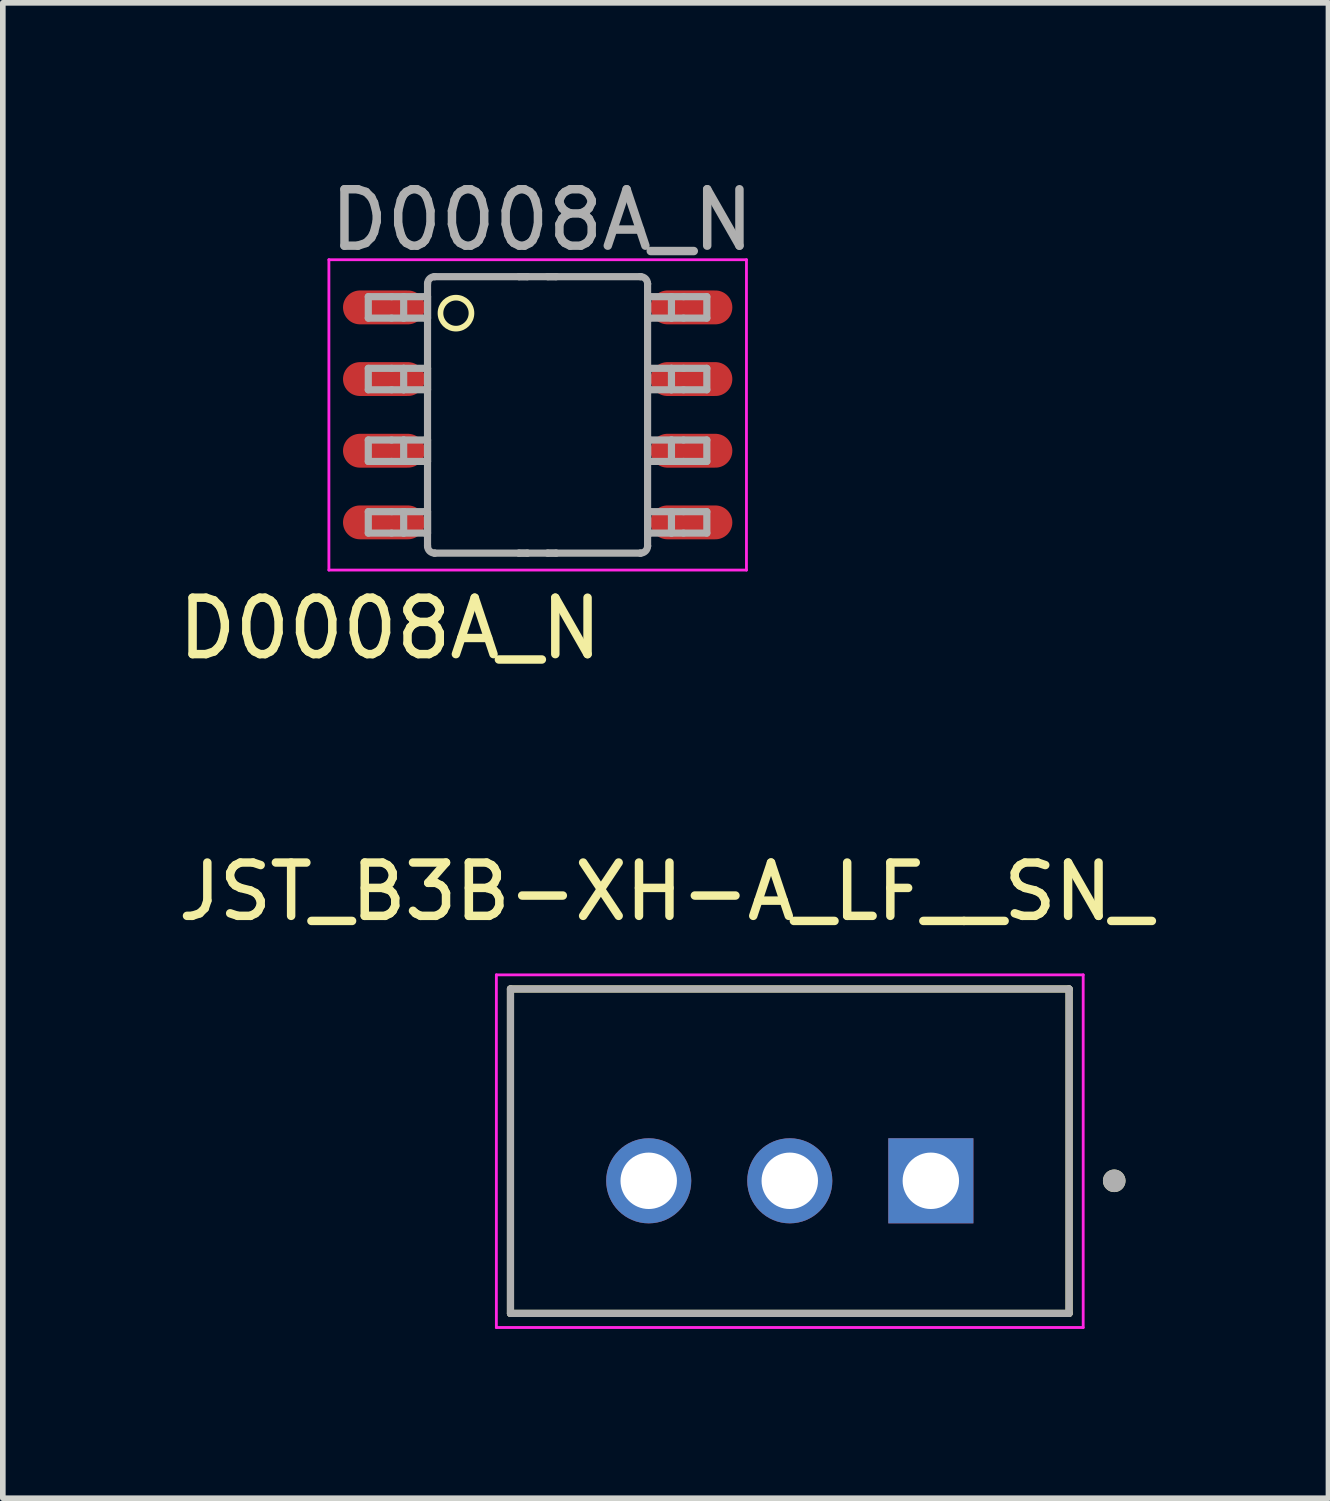
<source format=kicad_pcb>
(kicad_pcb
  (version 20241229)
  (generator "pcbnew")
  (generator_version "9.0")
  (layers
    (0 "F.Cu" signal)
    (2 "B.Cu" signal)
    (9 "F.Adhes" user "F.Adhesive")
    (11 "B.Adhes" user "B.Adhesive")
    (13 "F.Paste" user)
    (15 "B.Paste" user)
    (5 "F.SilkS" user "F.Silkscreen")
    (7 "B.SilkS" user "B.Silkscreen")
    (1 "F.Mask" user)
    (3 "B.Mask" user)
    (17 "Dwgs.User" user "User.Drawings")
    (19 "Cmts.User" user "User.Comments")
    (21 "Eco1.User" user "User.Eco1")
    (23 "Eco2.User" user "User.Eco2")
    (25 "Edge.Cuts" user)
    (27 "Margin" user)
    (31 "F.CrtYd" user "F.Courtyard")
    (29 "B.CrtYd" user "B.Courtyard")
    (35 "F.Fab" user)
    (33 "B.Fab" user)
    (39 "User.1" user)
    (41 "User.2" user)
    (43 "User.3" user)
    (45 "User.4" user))
  (footprint "D0008A_N"
    (layer "F.Cu")
    (at 6.479 4.303)
    (property "Reference" "D0008A_N" (at -2.616 3.785 0) (unlocked yes) (layer "F.SilkS") (effects (font (size 1 1) (thickness 0.15))))
    (attr smd)
    (fp_circle (center -1.448 -1.803) (end -1.295 -1.575) (stroke (width 0.1) (type default)) (fill no) (layer "F.SilkS"))
    (fp_line (start -3.7 -2.75) (end 3.7 -2.75) (stroke (width 0.05) (type solid)) (layer "F.CrtYd"))
    (fp_line (start -3.7 2.75) (end -3.7 -2.75) (stroke (width 0.05) (type solid)) (layer "F.CrtYd"))
    (fp_line (start -3.7 2.75) (end 3.7 2.75) (stroke (width 0.05) (type solid)) (layer "F.CrtYd"))
    (fp_line (start 3.7 2.75) (end 3.7 -2.75) (stroke (width 0.05) (type solid)) (layer "F.CrtYd"))
    (fp_line (start -3.002 -2.095) (end -2.589 -2.095) (stroke (width 0.127) (type solid)) (layer "F.Fab"))
    (fp_line (start -3.002 -1.715) (end -3.002 -2.095) (stroke (width 0.127) (type solid)) (layer "F.Fab"))
    (fp_line (start -3.002 -1.715) (end -2.589 -1.715) (stroke (width 0.127) (type solid)) (layer "F.Fab"))
    (fp_line (start -3.002 -0.825) (end -2.589 -0.825) (stroke (width 0.127) (type solid)) (layer "F.Fab"))
    (fp_line (start -3.002 -0.445) (end -3.002 -0.825) (stroke (width 0.127) (type solid)) (layer "F.Fab"))
    (fp_line (start -3.002 -0.445) (end -2.589 -0.445) (stroke (width 0.127) (type solid)) (layer "F.Fab"))
    (fp_line (start -3.002 0.445) (end -2.589 0.445) (stroke (width 0.127) (type solid)) (layer "F.Fab"))
    (fp_line (start -3.002 0.825) (end -3.002 0.445) (stroke (width 0.127) (type solid)) (layer "F.Fab"))
    (fp_line (start -3.002 0.825) (end -2.589 0.825) (stroke (width 0.127) (type solid)) (layer "F.Fab"))
    (fp_line (start -3.002 1.715) (end -2.589 1.715) (stroke (width 0.127) (type solid)) (layer "F.Fab"))
    (fp_line (start -3.002 2.095) (end -3.002 1.715) (stroke (width 0.127) (type solid)) (layer "F.Fab"))
    (fp_line (start -3.002 2.095) (end -2.589 2.095) (stroke (width 0.127) (type solid)) (layer "F.Fab"))
    (fp_line (start -2.589 -2.095) (end -2.375 -2.095) (stroke (width 0.127) (type solid)) (layer "F.Fab"))
    (fp_line (start -2.589 -1.715) (end -2.375 -1.715) (stroke (width 0.127) (type solid)) (layer "F.Fab"))
    (fp_line (start -2.589 -0.825) (end -2.375 -0.825) (stroke (width 0.127) (type solid)) (layer "F.Fab"))
    (fp_line (start -2.589 -0.445) (end -2.375 -0.445) (stroke (width 0.127) (type solid)) (layer "F.Fab"))
    (fp_line (start -2.589 0.445) (end -2.375 0.445) (stroke (width 0.127) (type solid)) (layer "F.Fab"))
    (fp_line (start -2.589 0.825) (end -2.375 0.825) (stroke (width 0.127) (type solid)) (layer "F.Fab"))
    (fp_line (start -2.589 1.715) (end -2.375 1.715) (stroke (width 0.127) (type solid)) (layer "F.Fab"))
    (fp_line (start -2.589 2.095) (end -2.375 2.095) (stroke (width 0.127) (type solid)) (layer "F.Fab"))
    (fp_line (start -2.375 -2.095) (end -1.995 -2.095) (stroke (width 0.127) (type solid)) (layer "F.Fab"))
    (fp_line (start -2.375 -1.715) (end -2.375 -2.095) (stroke (width 0.127) (type solid)) (layer "F.Fab"))
    (fp_line (start -2.375 -1.715) (end -1.995 -1.715) (stroke (width 0.127) (type solid)) (layer "F.Fab"))
    (fp_line (start -2.375 -0.825) (end -1.995 -0.825) (stroke (width 0.127) (type solid)) (layer "F.Fab"))
    (fp_line (start -2.375 -0.445) (end -2.375 -0.825) (stroke (width 0.127) (type solid)) (layer "F.Fab"))
    (fp_line (start -2.375 -0.445) (end -1.995 -0.445) (stroke (width 0.127) (type solid)) (layer "F.Fab"))
    (fp_line (start -2.375 0.445) (end -1.995 0.445) (stroke (width 0.127) (type solid)) (layer "F.Fab"))
    (fp_line (start -2.375 0.825) (end -2.375 0.445) (stroke (width 0.127) (type solid)) (layer "F.Fab"))
    (fp_line (start -2.375 0.825) (end -1.995 0.825) (stroke (width 0.127) (type solid)) (layer "F.Fab"))
    (fp_line (start -2.375 1.715) (end -1.995 1.715) (stroke (width 0.127) (type solid)) (layer "F.Fab"))
    (fp_line (start -2.375 2.095) (end -2.375 1.715) (stroke (width 0.127) (type solid)) (layer "F.Fab"))
    (fp_line (start -2.375 2.095) (end -1.995 2.095) (stroke (width 0.127) (type solid)) (layer "F.Fab"))
    (fp_line (start -1.995 -2.095) (end -1.952 -2.095) (stroke (width 0.127) (type solid)) (layer "F.Fab"))
    (fp_line (start -1.995 -1.715) (end -1.952 -1.715) (stroke (width 0.127) (type solid)) (layer "F.Fab"))
    (fp_line (start -1.995 -0.825) (end -1.952 -0.825) (stroke (width 0.127) (type solid)) (layer "F.Fab"))
    (fp_line (start -1.995 -0.445) (end -1.952 -0.445) (stroke (width 0.127) (type solid)) (layer "F.Fab"))
    (fp_line (start -1.995 0.445) (end -1.952 0.445) (stroke (width 0.127) (type solid)) (layer "F.Fab"))
    (fp_line (start -1.995 0.825) (end -1.952 0.825) (stroke (width 0.127) (type solid)) (layer "F.Fab"))
    (fp_line (start -1.995 1.715) (end -1.952 1.715) (stroke (width 0.127) (type solid)) (layer "F.Fab"))
    (fp_line (start -1.995 2.095) (end -1.952 2.095) (stroke (width 0.127) (type solid)) (layer "F.Fab"))
    (fp_line (start -1.952 -2.323) (end -1.952 -2.324) (stroke (width 0.127) (type solid)) (layer "F.Fab"))
    (fp_line (start -1.952 -1.715) (end -1.952 -2.095) (stroke (width 0.127) (type solid)) (layer "F.Fab"))
    (fp_line (start -1.952 -0.445) (end -1.952 -0.825) (stroke (width 0.127) (type solid)) (layer "F.Fab"))
    (fp_line (start -1.952 0.825) (end -1.952 0.445) (stroke (width 0.127) (type solid)) (layer "F.Fab"))
    (fp_line (start -1.952 2.095) (end -1.952 1.715) (stroke (width 0.127) (type solid)) (layer "F.Fab"))
    (fp_line (start -1.952 2.323) (end -1.952 -2.323) (stroke (width 0.127) (type solid)) (layer "F.Fab"))
    (fp_line (start -1.952 2.324) (end -1.952 2.323) (stroke (width 0.127) (type solid)) (layer "F.Fab"))
    (fp_line (start -1.826 -2.45) (end -1.825 -2.45) (stroke (width 0.127) (type solid)) (layer "F.Fab"))
    (fp_line (start -1.826 2.45) (end -1.825 2.45) (stroke (width 0.127) (type solid)) (layer "F.Fab"))
    (fp_line (start -1.825 -2.45) (end -0.332 -2.45) (stroke (width 0.127) (type solid)) (layer "F.Fab"))
    (fp_line (start -1.825 2.45) (end -0.332 2.45) (stroke (width 0.127) (type solid)) (layer "F.Fab"))
    (fp_line (start -0.332 -2.45) (end -0.182 -2.45) (stroke (width 0.127) (type solid)) (layer "F.Fab"))
    (fp_line (start -0.332 -2.45) (end -0.182 -2.45) (stroke (width 0.127) (type solid)) (layer "F.Fab"))
    (fp_line (start -0.332 2.45) (end -0.182 2.45) (stroke (width 0.127) (type solid)) (layer "F.Fab"))
    (fp_line (start -0.332 2.45) (end -0.182 2.45) (stroke (width 0.127) (type solid)) (layer "F.Fab"))
    (fp_line (start -0.182 -2.45) (end 0.178 -2.45) (stroke (width 0.127) (type solid)) (layer "F.Fab"))
    (fp_line (start -0.182 2.45) (end 0.178 2.45) (stroke (width 0.127) (type solid)) (layer "F.Fab"))
    (fp_line (start 0.178 -2.45) (end 0.328 -2.45) (stroke (width 0.127) (type solid)) (layer "F.Fab"))
    (fp_line (start 0.178 -2.45) (end 0.328 -2.45) (stroke (width 0.127) (type solid)) (layer "F.Fab"))
    (fp_line (start 0.178 2.45) (end 0.328 2.45) (stroke (width 0.127) (type solid)) (layer "F.Fab"))
    (fp_line (start 0.178 2.45) (end 0.328 2.45) (stroke (width 0.127) (type solid)) (layer "F.Fab"))
    (fp_line (start 0.328 -2.45) (end 1.821 -2.45) (stroke (width 0.127) (type solid)) (layer "F.Fab"))
    (fp_line (start 0.328 2.45) (end 1.821 2.45) (stroke (width 0.127) (type solid)) (layer "F.Fab"))
    (fp_line (start 1.821 -2.45) (end 1.822 -2.45) (stroke (width 0.127) (type solid)) (layer "F.Fab"))
    (fp_line (start 1.821 2.45) (end 1.822 2.45) (stroke (width 0.127) (type solid)) (layer "F.Fab"))
    (fp_line (start 1.948 -2.323) (end 1.948 -2.324) (stroke (width 0.127) (type solid)) (layer "F.Fab"))
    (fp_line (start 1.948 -2.095) (end 1.991 -2.095) (stroke (width 0.127) (type solid)) (layer "F.Fab"))
    (fp_line (start 1.948 -1.715) (end 1.948 -2.095) (stroke (width 0.127) (type solid)) (layer "F.Fab"))
    (fp_line (start 1.948 -1.715) (end 1.991 -1.715) (stroke (width 0.127) (type solid)) (layer "F.Fab"))
    (fp_line (start 1.948 -0.825) (end 1.991 -0.825) (stroke (width 0.127) (type solid)) (layer "F.Fab"))
    (fp_line (start 1.948 -0.445) (end 1.948 -0.825) (stroke (width 0.127) (type solid)) (layer "F.Fab"))
    (fp_line (start 1.948 -0.445) (end 1.991 -0.445) (stroke (width 0.127) (type solid)) (layer "F.Fab"))
    (fp_line (start 1.948 0.445) (end 1.991 0.445) (stroke (width 0.127) (type solid)) (layer "F.Fab"))
    (fp_line (start 1.948 0.825) (end 1.948 0.445) (stroke (width 0.127) (type solid)) (layer "F.Fab"))
    (fp_line (start 1.948 0.825) (end 1.991 0.825) (stroke (width 0.127) (type solid)) (layer "F.Fab"))
    (fp_line (start 1.948 1.715) (end 1.991 1.715) (stroke (width 0.127) (type solid)) (layer "F.Fab"))
    (fp_line (start 1.948 2.095) (end 1.948 1.715) (stroke (width 0.127) (type solid)) (layer "F.Fab"))
    (fp_line (start 1.948 2.095) (end 1.991 2.095) (stroke (width 0.127) (type solid)) (layer "F.Fab"))
    (fp_line (start 1.948 2.323) (end 1.948 -2.323) (stroke (width 0.127) (type solid)) (layer "F.Fab"))
    (fp_line (start 1.948 2.324) (end 1.948 2.323) (stroke (width 0.127) (type solid)) (layer "F.Fab"))
    (fp_line (start 1.991 -2.095) (end 2.371 -2.095) (stroke (width 0.127) (type solid)) (layer "F.Fab"))
    (fp_line (start 1.991 -1.715) (end 2.371 -1.715) (stroke (width 0.127) (type solid)) (layer "F.Fab"))
    (fp_line (start 1.991 -0.825) (end 2.371 -0.825) (stroke (width 0.127) (type solid)) (layer "F.Fab"))
    (fp_line (start 1.991 -0.445) (end 2.371 -0.445) (stroke (width 0.127) (type solid)) (layer "F.Fab"))
    (fp_line (start 1.991 0.445) (end 2.371 0.445) (stroke (width 0.127) (type solid)) (layer "F.Fab"))
    (fp_line (start 1.991 0.825) (end 2.371 0.825) (stroke (width 0.127) (type solid)) (layer "F.Fab"))
    (fp_line (start 1.991 1.715) (end 2.371 1.715) (stroke (width 0.127) (type solid)) (layer "F.Fab"))
    (fp_line (start 1.991 2.095) (end 2.371 2.095) (stroke (width 0.127) (type solid)) (layer "F.Fab"))
    (fp_line (start 2.371 -2.095) (end 2.585 -2.095) (stroke (width 0.127) (type solid)) (layer "F.Fab"))
    (fp_line (start 2.371 -1.715) (end 2.371 -2.095) (stroke (width 0.127) (type solid)) (layer "F.Fab"))
    (fp_line (start 2.371 -1.715) (end 2.585 -1.715) (stroke (width 0.127) (type solid)) (layer "F.Fab"))
    (fp_line (start 2.371 -0.825) (end 2.585 -0.825) (stroke (width 0.127) (type solid)) (layer "F.Fab"))
    (fp_line (start 2.371 -0.445) (end 2.371 -0.825) (stroke (width 0.127) (type solid)) (layer "F.Fab"))
    (fp_line (start 2.371 -0.445) (end 2.585 -0.445) (stroke (width 0.127) (type solid)) (layer "F.Fab"))
    (fp_line (start 2.371 0.445) (end 2.585 0.445) (stroke (width 0.127) (type solid)) (layer "F.Fab"))
    (fp_line (start 2.371 0.825) (end 2.371 0.445) (stroke (width 0.127) (type solid)) (layer "F.Fab"))
    (fp_line (start 2.371 0.825) (end 2.585 0.825) (stroke (width 0.127) (type solid)) (layer "F.Fab"))
    (fp_line (start 2.371 1.715) (end 2.585 1.715) (stroke (width 0.127) (type solid)) (layer "F.Fab"))
    (fp_line (start 2.371 2.095) (end 2.371 1.715) (stroke (width 0.127) (type solid)) (layer "F.Fab"))
    (fp_line (start 2.371 2.095) (end 2.585 2.095) (stroke (width 0.127) (type solid)) (layer "F.Fab"))
    (fp_line (start 2.585 -2.095) (end 2.998 -2.095) (stroke (width 0.127) (type solid)) (layer "F.Fab"))
    (fp_line (start 2.585 -1.715) (end 2.998 -1.715) (stroke (width 0.127) (type solid)) (layer "F.Fab"))
    (fp_line (start 2.585 -0.825) (end 2.998 -0.825) (stroke (width 0.127) (type solid)) (layer "F.Fab"))
    (fp_line (start 2.585 -0.445) (end 2.998 -0.445) (stroke (width 0.127) (type solid)) (layer "F.Fab"))
    (fp_line (start 2.585 0.445) (end 2.998 0.445) (stroke (width 0.127) (type solid)) (layer "F.Fab"))
    (fp_line (start 2.585 0.825) (end 2.998 0.825) (stroke (width 0.127) (type solid)) (layer "F.Fab"))
    (fp_line (start 2.585 1.715) (end 2.998 1.715) (stroke (width 0.127) (type solid)) (layer "F.Fab"))
    (fp_line (start 2.585 2.095) (end 2.998 2.095) (stroke (width 0.127) (type solid)) (layer "F.Fab"))
    (fp_line (start 2.998 -1.715) (end 2.998 -2.095) (stroke (width 0.127) (type solid)) (layer "F.Fab"))
    (fp_line (start 2.998 -0.445) (end 2.998 -0.825) (stroke (width 0.127) (type solid)) (layer "F.Fab"))
    (fp_line (start 2.998 0.825) (end 2.998 0.445) (stroke (width 0.127) (type solid)) (layer "F.Fab"))
    (fp_line (start 2.998 2.095) (end 2.998 1.715) (stroke (width 0.127) (type solid)) (layer "F.Fab"))
    (fp_arc (start -1.952002 -2.323941) (mid -1.914806 -2.412806) (end -1.825941 -2.450002) (stroke (width 0.127) (type solid)) (layer "F.Fab"))
    (fp_arc (start -1.825941 2.449992) (mid -1.914806 2.412795) (end -1.952002 2.323931) (stroke (width 0.127) (type solid)) (layer "F.Fab"))
    (fp_arc (start 1.821933 -2.450002) (mid 1.910797 -2.412806) (end 1.947994 -2.323941) (stroke (width 0.127) (type solid)) (layer "F.Fab"))
    (fp_arc (start 1.947994 2.323931) (mid 1.910797 2.412795) (end 1.821933 2.449992) (stroke (width 0.127) (type solid)) (layer "F.Fab"))
    (fp_text user "${REFERENCE}" (at 0.076 -3.454 0) (unlocked yes) (layer "F.Fab") (effects (font (size 1 1) (thickness 0.15))))
    (pad "1" smd oval (at -2.725 -1.905 90) (size 0.6 1.45) (layers "F.Cu" "F.Mask" "F.Paste"))
    (pad "2" smd oval (at -2.725 -0.635 90) (size 0.6 1.45) (layers "F.Cu" "F.Mask" "F.Paste"))
    (pad "3" smd oval (at -2.725 0.635 90) (size 0.6 1.45) (layers "F.Cu" "F.Mask" "F.Paste"))
    (pad "4" smd oval (at -2.725 1.905 90) (size 0.6 1.45) (layers "F.Cu" "F.Mask" "F.Paste"))
    (pad "5" smd oval (at 2.725 1.905 90) (size 0.6 1.45) (layers "F.Cu" "F.Mask" "F.Paste"))
    (pad "6" smd oval (at 2.725 0.635 90) (size 0.6 1.45) (layers "F.Cu" "F.Mask" "F.Paste"))
    (pad "7" smd oval (at 2.725 -0.635 90) (size 0.6 1.45) (layers "F.Cu" "F.Mask" "F.Paste"))
    (pad "8" smd oval (at 2.725 -1.905 90) (size 0.6 1.45) (layers "F.Cu" "F.Mask" "F.Paste")))
  (footprint "JST_B3B-XH-A_LF__SN_"
    (layer "F.Cu")
    (at 10.947 17.352)
    (property "Reference" "JST_B3B-XH-A_LF__SN_" (at -2.2 -4.6 0) (layer "F.SilkS") (effects (font (size 0.945 0.945) (thickness 0.15))))
    (attr through_hole)
    (fp_line (start -4.95 -2.875) (end 4.95 -2.875) (stroke (width 0.127) (type solid)) (layer "F.SilkS"))
    (fp_line (start -4.95 2.875) (end -4.95 -2.875) (stroke (width 0.127) (type solid)) (layer "F.SilkS"))
    (fp_line (start 4.95 -2.875) (end 4.95 2.875) (stroke (width 0.127) (type solid)) (layer "F.SilkS"))
    (fp_line (start 4.95 2.875) (end -4.95 2.875) (stroke (width 0.127) (type solid)) (layer "F.SilkS"))
    (fp_circle (center 5.75 0.525) (end 5.85 0.525) (stroke (width 0.2) (type solid)) (fill no) (layer "F.SilkS"))
    (fp_line (start -5.2 -3.125) (end 5.2 -3.125) (stroke (width 0.05) (type solid)) (layer "F.CrtYd"))
    (fp_line (start -5.2 3.125) (end -5.2 -3.125) (stroke (width 0.05) (type solid)) (layer "F.CrtYd"))
    (fp_line (start 5.2 -3.125) (end 5.2 3.125) (stroke (width 0.05) (type solid)) (layer "F.CrtYd"))
    (fp_line (start 5.2 3.125) (end -5.2 3.125) (stroke (width 0.05) (type solid)) (layer "F.CrtYd"))
    (fp_line (start -4.95 -2.875) (end 4.95 -2.875) (stroke (width 0.127) (type solid)) (layer "F.Fab"))
    (fp_line (start -4.95 2.875) (end -4.95 -2.875) (stroke (width 0.127) (type solid)) (layer "F.Fab"))
    (fp_line (start 4.95 -2.875) (end 4.95 2.875) (stroke (width 0.127) (type solid)) (layer "F.Fab"))
    (fp_line (start 4.95 2.875) (end -4.95 2.875) (stroke (width 0.127) (type solid)) (layer "F.Fab"))
    (fp_circle (center 5.75 0.525) (end 5.85 0.525) (stroke (width 0.2) (type solid)) (fill no) (layer "F.Fab"))
    (pad "1" thru_hole rect (at 2.5 0.525) (size 1.508 1.508) (drill 1) (layers "*.Cu" "*.Mask"))
    (pad "2" thru_hole circle (at 0 0.525) (size 1.508 1.508) (drill 1) (layers "*.Cu" "*.Mask"))
    (pad "3" thru_hole circle (at -2.5 0.525) (size 1.508 1.508) (drill 1) (layers "*.Cu" "*.Mask")))
  (gr_rect
    (start -3 -3)
    (end 20.494 23.502)
    (stroke (width 0.1) (type default))
    (fill no)
    (layer "Edge.Cuts")))
</source>
